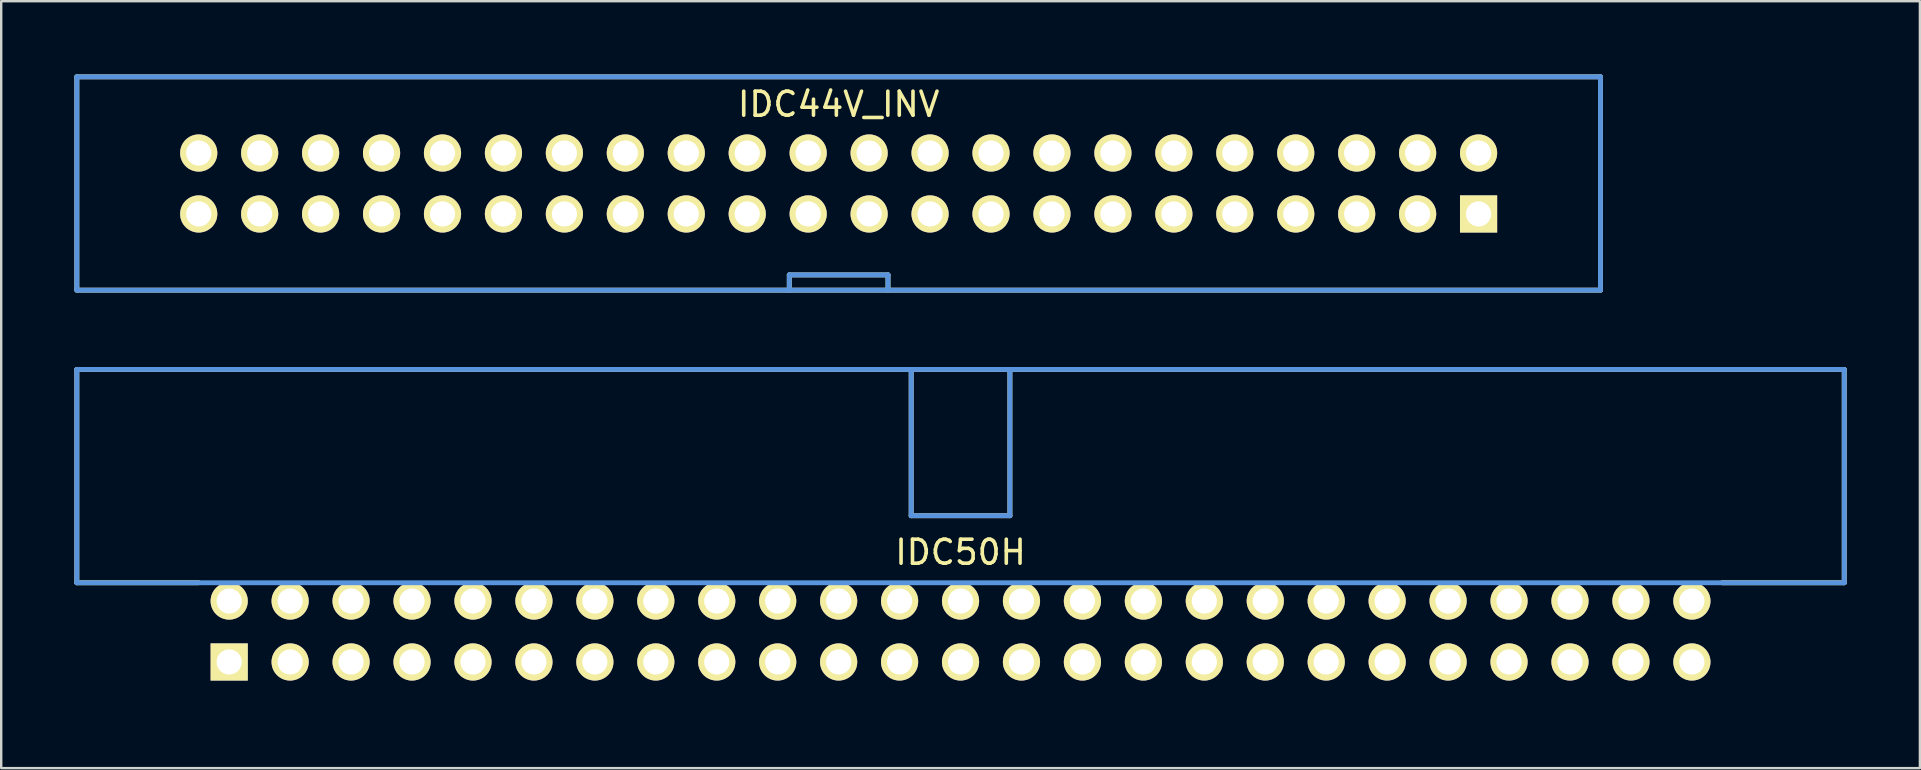
<source format=kicad_pcb>
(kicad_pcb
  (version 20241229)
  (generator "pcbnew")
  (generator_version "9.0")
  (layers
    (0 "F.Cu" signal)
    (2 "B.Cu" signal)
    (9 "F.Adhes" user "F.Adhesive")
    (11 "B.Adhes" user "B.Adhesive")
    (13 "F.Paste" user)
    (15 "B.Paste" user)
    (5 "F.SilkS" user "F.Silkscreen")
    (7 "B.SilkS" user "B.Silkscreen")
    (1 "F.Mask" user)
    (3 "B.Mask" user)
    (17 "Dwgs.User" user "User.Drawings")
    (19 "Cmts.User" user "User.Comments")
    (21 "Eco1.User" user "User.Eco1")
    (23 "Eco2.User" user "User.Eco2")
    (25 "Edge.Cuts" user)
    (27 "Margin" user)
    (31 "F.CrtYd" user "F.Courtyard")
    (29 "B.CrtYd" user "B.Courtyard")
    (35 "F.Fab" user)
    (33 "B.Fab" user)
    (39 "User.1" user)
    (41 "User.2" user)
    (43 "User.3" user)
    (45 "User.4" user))
  (footprint "IDC44V_INV"
    (layer "F.Cu")
    (at 5.232 5.867)
    (property "Reference" "IDC44V_INV" (at 26.67 -4.572 0) (layer "F.SilkS") (effects (font (size 1.001 1.001) (thickness 0.15))))
    (attr through_hole)
    (fp_line (start -5.08 -5.715) (end 58.42 -5.715) (stroke (width 0.203) (type solid)) (layer "F.SilkS"))
    (fp_line (start -5.08 3.175) (end -5.08 -5.715) (stroke (width 0.203) (type solid)) (layer "F.SilkS"))
    (fp_line (start 24.613 2.54) (end 28.727 2.54) (stroke (width 0.203) (type solid)) (layer "F.SilkS"))
    (fp_line (start 24.613 3.175) (end 24.613 2.54) (stroke (width 0.203) (type solid)) (layer "F.SilkS"))
    (fp_line (start 28.727 3.175) (end 28.727 2.54) (stroke (width 0.203) (type solid)) (layer "F.SilkS"))
    (fp_line (start 58.42 -5.715) (end 58.42 3.175) (stroke (width 0.203) (type solid)) (layer "F.SilkS"))
    (fp_line (start 58.42 3.175) (end -5.08 3.175) (stroke (width 0.203) (type solid)) (layer "F.SilkS"))
    (fp_line (start -5.08 -5.715) (end 58.42 -5.715) (stroke (width 0.203) (type solid)) (layer "Cmts.User"))
    (fp_line (start -5.08 3.175) (end -5.08 -5.715) (stroke (width 0.203) (type solid)) (layer "Cmts.User"))
    (fp_line (start 24.613 2.54) (end 28.727 2.54) (stroke (width 0.203) (type solid)) (layer "Cmts.User"))
    (fp_line (start 24.613 3.175) (end 24.613 2.54) (stroke (width 0.203) (type solid)) (layer "Cmts.User"))
    (fp_line (start 28.727 3.175) (end 28.727 2.54) (stroke (width 0.203) (type solid)) (layer "Cmts.User"))
    (fp_line (start 58.42 -5.715) (end 58.42 3.175) (stroke (width 0.203) (type solid)) (layer "Cmts.User"))
    (fp_line (start 58.42 3.175) (end -5.08 3.175) (stroke (width 0.203) (type solid)) (layer "Cmts.User"))
    (fp_line (start -5.182 -5.817) (end 58.522 -5.817) (stroke (width 0.102) (type solid)) (layer "Eco1.User"))
    (fp_line (start -5.182 3.277) (end -5.182 -5.817) (stroke (width 0.102) (type solid)) (layer "Eco1.User"))
    (fp_line (start 58.522 -5.817) (end 58.522 3.277) (stroke (width 0.102) (type solid)) (layer "Eco1.User"))
    (fp_line (start 58.522 3.277) (end -5.182 3.277) (stroke (width 0.102) (type solid)) (layer "Eco1.User"))
    (pad "1" thru_hole rect (at 53.34 0) (size 1.549 1.549) (drill 1.049) (layers "*.Cu" "*.Mask" "F.SilkS"))
    (pad "2" thru_hole circle (at 53.34 -2.54) (size 1.549 1.549) (drill 1.049) (layers "*.Cu" "*.Mask" "F.SilkS"))
    (pad "3" thru_hole circle (at 50.8 0) (size 1.549 1.549) (drill 1.049) (layers "*.Cu" "*.Mask" "F.SilkS"))
    (pad "4" thru_hole circle (at 50.8 -2.54) (size 1.549 1.549) (drill 1.049) (layers "*.Cu" "*.Mask" "F.SilkS"))
    (pad "5" thru_hole circle (at 48.26 0) (size 1.549 1.549) (drill 1.049) (layers "*.Cu" "*.Mask" "F.SilkS"))
    (pad "6" thru_hole circle (at 48.26 -2.54) (size 1.549 1.549) (drill 1.049) (layers "*.Cu" "*.Mask" "F.SilkS"))
    (pad "7" thru_hole circle (at 45.72 0) (size 1.549 1.549) (drill 1.049) (layers "*.Cu" "*.Mask" "F.SilkS"))
    (pad "8" thru_hole circle (at 45.72 -2.54) (size 1.549 1.549) (drill 1.049) (layers "*.Cu" "*.Mask" "F.SilkS"))
    (pad "9" thru_hole circle (at 43.18 0) (size 1.549 1.549) (drill 1.049) (layers "*.Cu" "*.Mask" "F.SilkS"))
    (pad "10" thru_hole circle (at 43.18 -2.54) (size 1.549 1.549) (drill 1.049) (layers "*.Cu" "*.Mask" "F.SilkS"))
    (pad "11" thru_hole circle (at 40.64 0) (size 1.549 1.549) (drill 1.049) (layers "*.Cu" "*.Mask" "F.SilkS"))
    (pad "12" thru_hole circle (at 40.64 -2.54) (size 1.549 1.549) (drill 1.049) (layers "*.Cu" "*.Mask" "F.SilkS"))
    (pad "13" thru_hole circle (at 38.1 0) (size 1.549 1.549) (drill 1.049) (layers "*.Cu" "*.Mask" "F.SilkS"))
    (pad "14" thru_hole circle (at 38.1 -2.54) (size 1.549 1.549) (drill 1.049) (layers "*.Cu" "*.Mask" "F.SilkS"))
    (pad "15" thru_hole circle (at 35.56 0) (size 1.549 1.549) (drill 1.049) (layers "*.Cu" "*.Mask" "F.SilkS"))
    (pad "16" thru_hole circle (at 35.56 -2.54) (size 1.549 1.549) (drill 1.049) (layers "*.Cu" "*.Mask" "F.SilkS"))
    (pad "17" thru_hole circle (at 33.02 0) (size 1.549 1.549) (drill 1.049) (layers "*.Cu" "*.Mask" "F.SilkS"))
    (pad "18" thru_hole circle (at 33.02 -2.54) (size 1.549 1.549) (drill 1.049) (layers "*.Cu" "*.Mask" "F.SilkS"))
    (pad "19" thru_hole circle (at 30.48 0) (size 1.549 1.549) (drill 1.049) (layers "*.Cu" "*.Mask" "F.SilkS"))
    (pad "20" thru_hole circle (at 30.48 -2.54) (size 1.549 1.549) (drill 1.049) (layers "*.Cu" "*.Mask" "F.SilkS"))
    (pad "21" thru_hole circle (at 27.94 0) (size 1.549 1.549) (drill 1.049) (layers "*.Cu" "*.Mask" "F.SilkS"))
    (pad "22" thru_hole circle (at 27.94 -2.54) (size 1.549 1.549) (drill 1.049) (layers "*.Cu" "*.Mask" "F.SilkS"))
    (pad "23" thru_hole circle (at 25.4 0) (size 1.549 1.549) (drill 1.049) (layers "*.Cu" "*.Mask" "F.SilkS"))
    (pad "24" thru_hole circle (at 25.4 -2.54) (size 1.549 1.549) (drill 1.049) (layers "*.Cu" "*.Mask" "F.SilkS"))
    (pad "25" thru_hole circle (at 22.86 0) (size 1.549 1.549) (drill 1.049) (layers "*.Cu" "*.Mask" "F.SilkS"))
    (pad "26" thru_hole circle (at 22.86 -2.54) (size 1.549 1.549) (drill 1.049) (layers "*.Cu" "*.Mask" "F.SilkS"))
    (pad "27" thru_hole circle (at 20.32 0) (size 1.549 1.549) (drill 1.049) (layers "*.Cu" "*.Mask" "F.SilkS"))
    (pad "28" thru_hole circle (at 20.32 -2.54) (size 1.549 1.549) (drill 1.049) (layers "*.Cu" "*.Mask" "F.SilkS"))
    (pad "29" thru_hole circle (at 17.78 0) (size 1.549 1.549) (drill 1.049) (layers "*.Cu" "*.Mask" "F.SilkS"))
    (pad "30" thru_hole circle (at 17.78 -2.54) (size 1.549 1.549) (drill 1.049) (layers "*.Cu" "*.Mask" "F.SilkS"))
    (pad "31" thru_hole circle (at 15.24 0) (size 1.549 1.549) (drill 1.049) (layers "*.Cu" "*.Mask" "F.SilkS"))
    (pad "32" thru_hole circle (at 15.24 -2.54) (size 1.549 1.549) (drill 1.049) (layers "*.Cu" "*.Mask" "F.SilkS"))
    (pad "33" thru_hole circle (at 12.7 0) (size 1.549 1.549) (drill 1.049) (layers "*.Cu" "*.Mask" "F.SilkS"))
    (pad "34" thru_hole circle (at 12.7 -2.54) (size 1.549 1.549) (drill 1.049) (layers "*.Cu" "*.Mask" "F.SilkS"))
    (pad "35" thru_hole circle (at 10.16 0) (size 1.549 1.549) (drill 1.049) (layers "*.Cu" "*.Mask" "F.SilkS"))
    (pad "36" thru_hole circle (at 10.16 -2.54) (size 1.549 1.549) (drill 1.049) (layers "*.Cu" "*.Mask" "F.SilkS"))
    (pad "37" thru_hole circle (at 7.62 0) (size 1.549 1.549) (drill 1.049) (layers "*.Cu" "*.Mask" "F.SilkS"))
    (pad "38" thru_hole circle (at 7.62 -2.54) (size 1.549 1.549) (drill 1.049) (layers "*.Cu" "*.Mask" "F.SilkS"))
    (pad "39" thru_hole circle (at 5.08 0) (size 1.549 1.549) (drill 1.049) (layers "*.Cu" "*.Mask" "F.SilkS"))
    (pad "40" thru_hole circle (at 5.08 -2.54) (size 1.549 1.549) (drill 1.049) (layers "*.Cu" "*.Mask" "F.SilkS"))
    (pad "41" thru_hole circle (at 2.54 0) (size 1.549 1.549) (drill 1.049) (layers "*.Cu" "*.Mask" "F.SilkS"))
    (pad "42" thru_hole circle (at 2.54 -2.54) (size 1.549 1.549) (drill 1.049) (layers "*.Cu" "*.Mask" "F.SilkS"))
    (pad "43" thru_hole circle (at 0 0) (size 1.549 1.549) (drill 1.049) (layers "*.Cu" "*.Mask" "F.SilkS"))
    (pad "44" thru_hole circle (at 0 -2.54) (size 1.549 1.549) (drill 1.049) (layers "*.Cu" "*.Mask" "F.SilkS")))
  (footprint "IDC50H"
    (layer "F.Cu")
    (at 6.502 24.539)
    (property "Reference" "IDC50H" (at 30.48 -4.572 0) (layer "F.SilkS") (effects (font (size 1.001 1.001) (thickness 0.15))))
    (attr through_hole)
    (fp_line (start -6.35 -12.192) (end 67.31 -12.192) (stroke (width 0.203) (type solid)) (layer "F.SilkS"))
    (fp_line (start -6.35 -3.302) (end -6.35 -12.192) (stroke (width 0.203) (type solid)) (layer "F.SilkS"))
    (fp_line (start -6.35 -3.302) (end -1.27 -3.302) (stroke (width 0.203) (type solid)) (layer "F.SilkS"))
    (fp_line (start 28.423 -12.192) (end 28.423 -6.096) (stroke (width 0.203) (type solid)) (layer "F.SilkS"))
    (fp_line (start 28.423 -6.096) (end 32.537 -6.096) (stroke (width 0.203) (type solid)) (layer "F.SilkS"))
    (fp_line (start 32.537 -12.192) (end 32.537 -6.096) (stroke (width 0.203) (type solid)) (layer "F.SilkS"))
    (fp_line (start 67.31 -12.192) (end 67.31 -3.302) (stroke (width 0.203) (type solid)) (layer "F.SilkS"))
    (fp_line (start 67.31 -3.302) (end 62.23 -3.302) (stroke (width 0.203) (type solid)) (layer "F.SilkS"))
    (fp_line (start -6.35 -12.192) (end -6.35 -3.302) (stroke (width 0.203) (type solid)) (layer "Cmts.User"))
    (fp_line (start -6.35 -3.302) (end 67.31 -3.302) (stroke (width 0.203) (type solid)) (layer "Cmts.User"))
    (fp_line (start 28.423 -12.192) (end 28.423 -6.096) (stroke (width 0.203) (type solid)) (layer "Cmts.User"))
    (fp_line (start 28.423 -6.096) (end 32.537 -6.096) (stroke (width 0.203) (type solid)) (layer "Cmts.User"))
    (fp_line (start 32.537 -12.192) (end 32.537 -6.096) (stroke (width 0.203) (type solid)) (layer "Cmts.User"))
    (fp_line (start 67.31 -12.192) (end -6.35 -12.192) (stroke (width 0.203) (type solid)) (layer "Cmts.User"))
    (fp_line (start 67.31 -3.302) (end 67.31 -12.192) (stroke (width 0.203) (type solid)) (layer "Cmts.User"))
    (fp_line (start -6.452 -12.294) (end -6.452 -3.2) (stroke (width 0.102) (type solid)) (layer "Eco1.User"))
    (fp_line (start -6.452 -3.2) (end -1.372 -3.2) (stroke (width 0.102) (type solid)) (layer "Eco1.User"))
    (fp_line (start -1.372 -3.2) (end -1.372 1.372) (stroke (width 0.102) (type solid)) (layer "Eco1.User"))
    (fp_line (start -1.372 1.372) (end 62.332 1.372) (stroke (width 0.102) (type solid)) (layer "Eco1.User"))
    (fp_line (start 62.332 -3.2) (end 67.412 -3.2) (stroke (width 0.102) (type solid)) (layer "Eco1.User"))
    (fp_line (start 62.332 1.372) (end 62.332 -3.2) (stroke (width 0.102) (type solid)) (layer "Eco1.User"))
    (fp_line (start 67.412 -12.294) (end -6.452 -12.294) (stroke (width 0.102) (type solid)) (layer "Eco1.User"))
    (fp_line (start 67.412 -3.2) (end 67.412 -12.294) (stroke (width 0.102) (type solid)) (layer "Eco1.User"))
    (pad "1" thru_hole rect (at 0 0) (size 1.549 1.549) (drill 1.049) (layers "*.Cu" "*.Mask" "F.SilkS"))
    (pad "2" thru_hole circle (at 0 -2.54) (size 1.549 1.549) (drill 1.049) (layers "*.Cu" "*.Mask" "F.SilkS"))
    (pad "3" thru_hole circle (at 2.54 0) (size 1.549 1.549) (drill 1.049) (layers "*.Cu" "*.Mask" "F.SilkS"))
    (pad "4" thru_hole circle (at 2.54 -2.54) (size 1.549 1.549) (drill 1.049) (layers "*.Cu" "*.Mask" "F.SilkS"))
    (pad "5" thru_hole circle (at 5.08 0) (size 1.549 1.549) (drill 1.049) (layers "*.Cu" "*.Mask" "F.SilkS"))
    (pad "6" thru_hole circle (at 5.08 -2.54) (size 1.549 1.549) (drill 1.049) (layers "*.Cu" "*.Mask" "F.SilkS"))
    (pad "7" thru_hole circle (at 7.62 0) (size 1.549 1.549) (drill 1.049) (layers "*.Cu" "*.Mask" "F.SilkS"))
    (pad "8" thru_hole circle (at 7.62 -2.54) (size 1.549 1.549) (drill 1.049) (layers "*.Cu" "*.Mask" "F.SilkS"))
    (pad "9" thru_hole circle (at 10.16 0) (size 1.549 1.549) (drill 1.049) (layers "*.Cu" "*.Mask" "F.SilkS"))
    (pad "10" thru_hole circle (at 10.16 -2.54) (size 1.549 1.549) (drill 1.049) (layers "*.Cu" "*.Mask" "F.SilkS"))
    (pad "11" thru_hole circle (at 12.7 0) (size 1.549 1.549) (drill 1.049) (layers "*.Cu" "*.Mask" "F.SilkS"))
    (pad "12" thru_hole circle (at 12.7 -2.54) (size 1.549 1.549) (drill 1.049) (layers "*.Cu" "*.Mask" "F.SilkS"))
    (pad "13" thru_hole circle (at 15.24 0) (size 1.549 1.549) (drill 1.049) (layers "*.Cu" "*.Mask" "F.SilkS"))
    (pad "14" thru_hole circle (at 15.24 -2.54) (size 1.549 1.549) (drill 1.049) (layers "*.Cu" "*.Mask" "F.SilkS"))
    (pad "15" thru_hole circle (at 17.78 0) (size 1.549 1.549) (drill 1.049) (layers "*.Cu" "*.Mask" "F.SilkS"))
    (pad "16" thru_hole circle (at 17.78 -2.54) (size 1.549 1.549) (drill 1.049) (layers "*.Cu" "*.Mask" "F.SilkS"))
    (pad "17" thru_hole circle (at 20.32 0) (size 1.549 1.549) (drill 1.049) (layers "*.Cu" "*.Mask" "F.SilkS"))
    (pad "18" thru_hole circle (at 20.32 -2.54) (size 1.549 1.549) (drill 1.049) (layers "*.Cu" "*.Mask" "F.SilkS"))
    (pad "19" thru_hole circle (at 22.86 0) (size 1.549 1.549) (drill 1.049) (layers "*.Cu" "*.Mask" "F.SilkS"))
    (pad "20" thru_hole circle (at 22.86 -2.54) (size 1.549 1.549) (drill 1.049) (layers "*.Cu" "*.Mask" "F.SilkS"))
    (pad "21" thru_hole circle (at 25.4 0) (size 1.549 1.549) (drill 1.049) (layers "*.Cu" "*.Mask" "F.SilkS"))
    (pad "22" thru_hole circle (at 25.4 -2.54) (size 1.549 1.549) (drill 1.049) (layers "*.Cu" "*.Mask" "F.SilkS"))
    (pad "23" thru_hole circle (at 27.94 0) (size 1.549 1.549) (drill 1.049) (layers "*.Cu" "*.Mask" "F.SilkS"))
    (pad "24" thru_hole circle (at 27.94 -2.54) (size 1.549 1.549) (drill 1.049) (layers "*.Cu" "*.Mask" "F.SilkS"))
    (pad "25" thru_hole circle (at 30.48 0) (size 1.549 1.549) (drill 1.049) (layers "*.Cu" "*.Mask" "F.SilkS"))
    (pad "26" thru_hole circle (at 30.48 -2.54) (size 1.549 1.549) (drill 1.049) (layers "*.Cu" "*.Mask" "F.SilkS"))
    (pad "27" thru_hole circle (at 33.02 0) (size 1.549 1.549) (drill 1.049) (layers "*.Cu" "*.Mask" "F.SilkS"))
    (pad "28" thru_hole circle (at 33.02 -2.54) (size 1.549 1.549) (drill 1.049) (layers "*.Cu" "*.Mask" "F.SilkS"))
    (pad "29" thru_hole circle (at 35.56 0) (size 1.549 1.549) (drill 1.049) (layers "*.Cu" "*.Mask" "F.SilkS"))
    (pad "30" thru_hole circle (at 35.56 -2.54) (size 1.549 1.549) (drill 1.049) (layers "*.Cu" "*.Mask" "F.SilkS"))
    (pad "31" thru_hole circle (at 38.1 0) (size 1.549 1.549) (drill 1.049) (layers "*.Cu" "*.Mask" "F.SilkS"))
    (pad "32" thru_hole circle (at 38.1 -2.54) (size 1.549 1.549) (drill 1.049) (layers "*.Cu" "*.Mask" "F.SilkS"))
    (pad "33" thru_hole circle (at 40.64 0) (size 1.549 1.549) (drill 1.049) (layers "*.Cu" "*.Mask" "F.SilkS"))
    (pad "34" thru_hole circle (at 40.64 -2.54) (size 1.549 1.549) (drill 1.049) (layers "*.Cu" "*.Mask" "F.SilkS"))
    (pad "35" thru_hole circle (at 43.18 0) (size 1.549 1.549) (drill 1.049) (layers "*.Cu" "*.Mask" "F.SilkS"))
    (pad "36" thru_hole circle (at 43.18 -2.54) (size 1.549 1.549) (drill 1.049) (layers "*.Cu" "*.Mask" "F.SilkS"))
    (pad "37" thru_hole circle (at 45.72 0) (size 1.549 1.549) (drill 1.049) (layers "*.Cu" "*.Mask" "F.SilkS"))
    (pad "38" thru_hole circle (at 45.72 -2.54) (size 1.549 1.549) (drill 1.049) (layers "*.Cu" "*.Mask" "F.SilkS"))
    (pad "39" thru_hole circle (at 48.26 0) (size 1.549 1.549) (drill 1.049) (layers "*.Cu" "*.Mask" "F.SilkS"))
    (pad "40" thru_hole circle (at 48.26 -2.54) (size 1.549 1.549) (drill 1.049) (layers "*.Cu" "*.Mask" "F.SilkS"))
    (pad "41" thru_hole circle (at 50.8 0) (size 1.549 1.549) (drill 1.049) (layers "*.Cu" "*.Mask" "F.SilkS"))
    (pad "42" thru_hole circle (at 50.8 -2.54) (size 1.549 1.549) (drill 1.049) (layers "*.Cu" "*.Mask" "F.SilkS"))
    (pad "43" thru_hole circle (at 53.34 0) (size 1.549 1.549) (drill 1.049) (layers "*.Cu" "*.Mask" "F.SilkS"))
    (pad "44" thru_hole circle (at 53.34 -2.54) (size 1.549 1.549) (drill 1.049) (layers "*.Cu" "*.Mask" "F.SilkS"))
    (pad "45" thru_hole circle (at 55.88 0) (size 1.549 1.549) (drill 1.049) (layers "*.Cu" "*.Mask" "F.SilkS"))
    (pad "46" thru_hole circle (at 55.88 -2.54) (size 1.549 1.549) (drill 1.049) (layers "*.Cu" "*.Mask" "F.SilkS"))
    (pad "47" thru_hole circle (at 58.42 0) (size 1.549 1.549) (drill 1.049) (layers "*.Cu" "*.Mask" "F.SilkS"))
    (pad "48" thru_hole circle (at 58.42 -2.54) (size 1.549 1.549) (drill 1.049) (layers "*.Cu" "*.Mask" "F.SilkS"))
    (pad "49" thru_hole circle (at 60.96 0) (size 1.549 1.549) (drill 1.049) (layers "*.Cu" "*.Mask" "F.SilkS"))
    (pad "50" thru_hole circle (at 60.96 -2.54) (size 1.549 1.549) (drill 1.049) (layers "*.Cu" "*.Mask" "F.SilkS")))
  (gr_rect
    (start -3 -3)
    (end 76.965 28.962)
    (stroke (width 0.1) (type default))
    (fill no)
    (layer "Edge.Cuts")))
</source>
